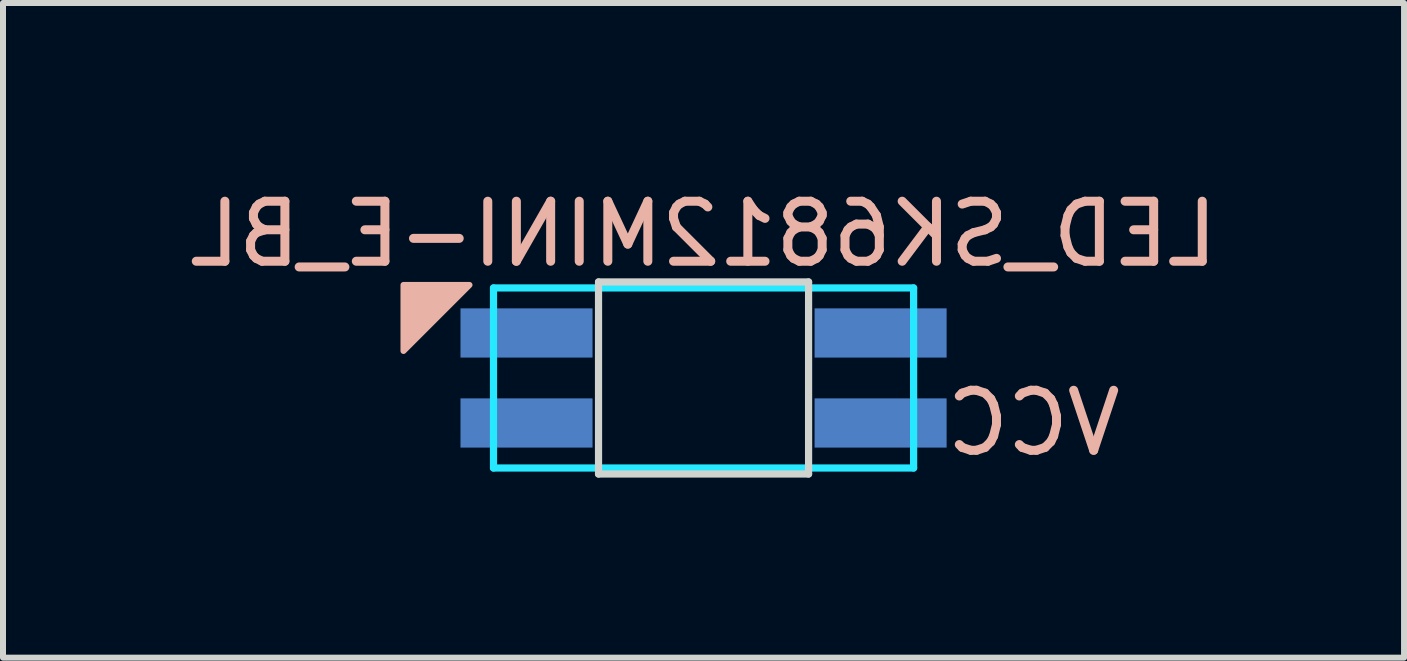
<source format=kicad_pcb>
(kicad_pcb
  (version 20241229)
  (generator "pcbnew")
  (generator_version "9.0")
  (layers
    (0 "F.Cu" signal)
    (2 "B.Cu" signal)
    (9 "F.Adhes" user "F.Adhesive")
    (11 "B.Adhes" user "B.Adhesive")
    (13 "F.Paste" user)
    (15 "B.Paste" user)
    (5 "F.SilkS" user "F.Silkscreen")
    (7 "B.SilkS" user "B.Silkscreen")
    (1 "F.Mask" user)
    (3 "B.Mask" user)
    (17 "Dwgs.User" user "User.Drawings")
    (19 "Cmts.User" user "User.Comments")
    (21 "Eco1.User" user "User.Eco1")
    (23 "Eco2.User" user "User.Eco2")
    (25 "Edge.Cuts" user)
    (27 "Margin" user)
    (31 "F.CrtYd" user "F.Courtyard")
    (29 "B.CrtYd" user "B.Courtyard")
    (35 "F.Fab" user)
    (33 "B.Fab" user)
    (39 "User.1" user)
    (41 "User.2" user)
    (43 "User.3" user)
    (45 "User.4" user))
  (footprint "LED_SK6812MINI-E_BL"
    (layer "F.Cu")
    (at 8.673 3.248)
    (property "Reference" "LED_SK6812MINI-E_BL" (at 0 -2.4 0) (layer "B.SilkS") (effects (font (size 1 1) (thickness 0.15)) (justify mirror)))
    (attr smd)
    (fp_poly (pts (xy -3.9 -1.55) (xy -5 -1.55) (xy -5 -0.45)) (stroke (width 0.1) (type solid)) (fill yes) (layer "B.SilkS"))
    (fp_line (start -1.75 -1.6) (end 1.75 -1.6) (stroke (width 0.12) (type solid)) (layer "Edge.Cuts"))
    (fp_line (start -1.75 1.6) (end -1.75 -1.6) (stroke (width 0.12) (type solid)) (layer "Edge.Cuts"))
    (fp_line (start 1.75 -1.6) (end 1.75 1.6) (stroke (width 0.12) (type solid)) (layer "Edge.Cuts"))
    (fp_line (start 1.75 1.6) (end -1.75 1.6) (stroke (width 0.12) (type solid)) (layer "Edge.Cuts"))
    (fp_line (start -3.5 -1.5) (end 3.5 -1.5) (stroke (width 0.12) (type solid)) (layer "B.CrtYd"))
    (fp_line (start -3.5 1.5) (end -3.5 -1.5) (stroke (width 0.12) (type solid)) (layer "B.CrtYd"))
    (fp_line (start 3.5 -1.5) (end 3.5 1.5) (stroke (width 0.12) (type solid)) (layer "B.CrtYd"))
    (fp_line (start 3.5 1.5) (end -3.5 1.5) (stroke (width 0.12) (type solid)) (layer "B.CrtYd"))
    (fp_text user "VCC" (at 5.5 0.75 0) (layer "B.SilkS") (effects (font (size 1 1) (thickness 0.15)) (justify mirror)))
    (pad "1" smd rect (at 2.6 -0.75) (size 2.2 0.82) (drill (offset 0.35 0)) (layers "B.Cu" "B.Mask" "B.Paste"))
    (pad "2" smd rect (at -2.6 -0.75) (size 2.2 0.82) (drill (offset -0.35 0)) (layers "B.Cu" "B.Mask" "B.Paste"))
    (pad "3" smd rect (at -2.6 0.75) (size 2.2 0.82) (drill (offset -0.35 0)) (layers "B.Cu" "B.Mask" "B.Paste"))
    (pad "4" smd rect (at 2.6 0.75) (size 2.2 0.82) (drill (offset 0.35 0)) (layers "B.Cu" "B.Mask" "B.Paste")))
  (gr_rect
    (start -3 -3)
    (end 20.345 7.908)
    (stroke (width 0.1) (type default))
    (fill no)
    (layer "Edge.Cuts")))
</source>
